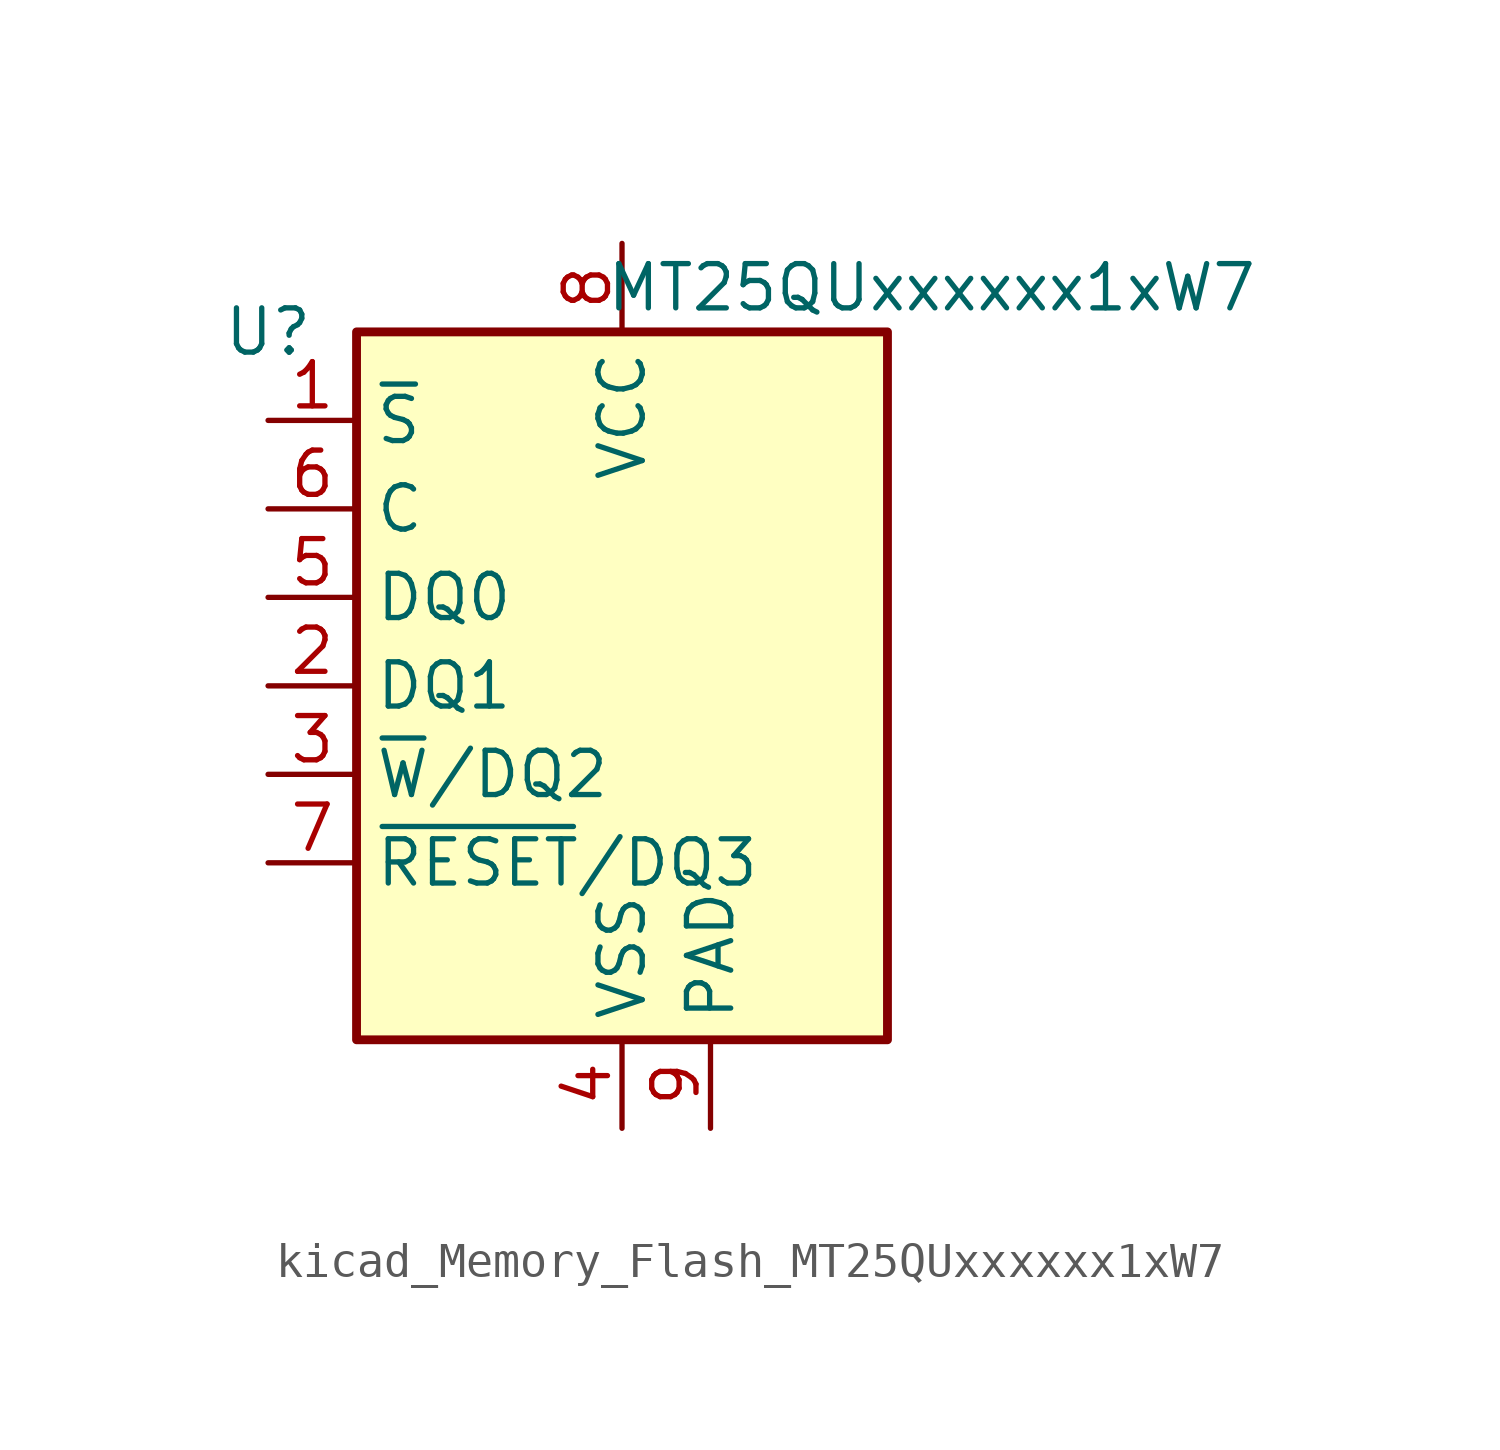
<source format=kicad_sym>
(kicad_symbol_lib
  (version 20220914)
  (generator kicad_symbol_editor)
  (symbol "kicad_Memory_Flash_MT25QUxxxxxx1xW7"
    (property "Reference" "U"
      (at -10.16 10.16 0)
      (effects (font (size 1.27 1.27))))
    (property "Value" "MT25QUxxxxxx1xW7"
      (at 8.89 11.43 0)
      (effects (font (size 1.27 1.27))))
    (symbol "kicad_Memory_Flash_MT25QUxxxxxx1xW7_0_1"
      (rectangle (start -7.62 10.16) (end 7.62 -10.16) (stroke (width 0.254) (type default)) (fill (type background))))
    (symbol "kicad_Memory_Flash_MT25QUxxxxxx1xW7_1_1"
      (pin input line (at -10.16 7.62 0) (length 2.54) (name "~{S}" (effects (font (size 1.27 1.27)))) (number "1" (effects (font (size 1.27 1.27)))))
      (pin bidirectional line (at -10.16 0 0) (length 2.54) (name "DQ1" (effects (font (size 1.27 1.27)))) (number "2" (effects (font (size 1.27 1.27)))))
      (pin input line (at -10.16 -2.54 0) (length 2.54) (name "~{W}/DQ2" (effects (font (size 1.27 1.27)))) (number "3" (effects (font (size 1.27 1.27)))))
      (pin power_in line (at 0 -12.7 90) (length 2.54) (name "VSS" (effects (font (size 1.27 1.27)))) (number "4" (effects (font (size 1.27 1.27)))))
      (pin bidirectional line (at -10.16 2.54 0) (length 2.54) (name "DQ0" (effects (font (size 1.27 1.27)))) (number "5" (effects (font (size 1.27 1.27)))))
      (pin input line (at -10.16 5.08 0) (length 2.54) (name "C" (effects (font (size 1.27 1.27)))) (number "6" (effects (font (size 1.27 1.27)))))
      (pin input line (at -10.16 -5.08 0) (length 2.54) (name "~{RESET}/DQ3" (effects (font (size 1.27 1.27)))) (number "7" (effects (font (size 1.27 1.27)))))
      (pin power_in line (at 0 12.7 270) (length 2.54) (name "VCC" (effects (font (size 1.27 1.27)))) (number "8" (effects (font (size 1.27 1.27)))))
      (pin power_in line (at 2.54 -12.7 90) (length 2.54) (name "PAD" (effects (font (size 1.27 1.27)))) (number "9" (effects (font (size 1.27 1.27))))))))
</source>
